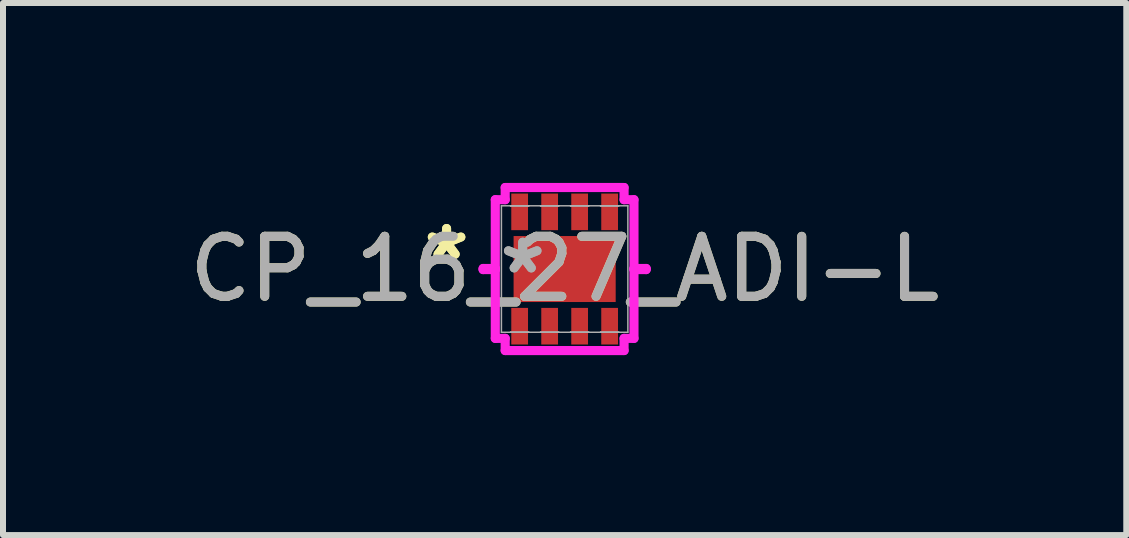
<source format=kicad_pcb>
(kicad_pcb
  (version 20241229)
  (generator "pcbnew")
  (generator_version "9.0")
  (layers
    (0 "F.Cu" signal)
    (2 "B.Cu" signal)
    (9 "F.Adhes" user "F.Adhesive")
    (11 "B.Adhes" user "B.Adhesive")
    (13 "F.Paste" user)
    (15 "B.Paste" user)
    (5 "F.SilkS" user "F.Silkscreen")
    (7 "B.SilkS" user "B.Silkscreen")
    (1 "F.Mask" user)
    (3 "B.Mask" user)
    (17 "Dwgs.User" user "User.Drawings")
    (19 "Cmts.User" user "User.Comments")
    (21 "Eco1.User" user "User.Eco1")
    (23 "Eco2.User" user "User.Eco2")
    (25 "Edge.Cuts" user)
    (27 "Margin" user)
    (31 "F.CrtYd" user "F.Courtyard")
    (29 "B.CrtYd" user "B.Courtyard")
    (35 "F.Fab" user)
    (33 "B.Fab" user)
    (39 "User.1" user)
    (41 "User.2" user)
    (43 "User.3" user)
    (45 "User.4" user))
  (footprint "CP_16_27_ADI-L"
    (layer "F.Cu")
    (at 6.363 1.435)
    (property "Reference" "CP_16_27_ADI-L" (at 0 0 0) (unlocked yes) (layer "F.SilkS") (effects (font (size 1 1) (thickness 0.15))))
    (attr smd)
    (fp_line (start -1.359 -0.009) (end -1.359 0.009) (stroke (width 0.152) (type solid)) (layer "F.CrtYd"))
    (fp_line (start -1.359 0.009) (end -1.156 0.009) (stroke (width 0.152) (type solid)) (layer "F.CrtYd"))
    (fp_line (start -1.156 -1.156) (end -0.991 -1.156) (stroke (width 0.152) (type solid)) (layer "F.CrtYd"))
    (fp_line (start -1.156 -0.009) (end -1.359 -0.009) (stroke (width 0.152) (type solid)) (layer "F.CrtYd"))
    (fp_line (start -1.156 0.009) (end -1.156 -1.156) (stroke (width 0.152) (type solid)) (layer "F.CrtYd"))
    (fp_line (start -1.156 1.156) (end -1.156 -0.009) (stroke (width 0.152) (type solid)) (layer "F.CrtYd"))
    (fp_line (start -0.991 -1.359) (end 0.991 -1.359) (stroke (width 0.152) (type solid)) (layer "F.CrtYd"))
    (fp_line (start -0.991 -1.156) (end -0.991 -1.359) (stroke (width 0.152) (type solid)) (layer "F.CrtYd"))
    (fp_line (start -0.991 1.156) (end -1.156 1.156) (stroke (width 0.152) (type solid)) (layer "F.CrtYd"))
    (fp_line (start -0.991 1.359) (end -0.991 1.156) (stroke (width 0.152) (type solid)) (layer "F.CrtYd"))
    (fp_line (start 0.991 -1.359) (end 0.991 -1.156) (stroke (width 0.152) (type solid)) (layer "F.CrtYd"))
    (fp_line (start 0.991 -1.156) (end 1.156 -1.156) (stroke (width 0.152) (type solid)) (layer "F.CrtYd"))
    (fp_line (start 0.991 1.156) (end 0.991 1.359) (stroke (width 0.152) (type solid)) (layer "F.CrtYd"))
    (fp_line (start 0.991 1.359) (end -0.991 1.359) (stroke (width 0.152) (type solid)) (layer "F.CrtYd"))
    (fp_line (start 1.156 -1.156) (end 1.156 0.009) (stroke (width 0.152) (type solid)) (layer "F.CrtYd"))
    (fp_line (start 1.156 -0.009) (end 1.156 1.156) (stroke (width 0.152) (type solid)) (layer "F.CrtYd"))
    (fp_line (start 1.156 0.009) (end 1.359 0.009) (stroke (width 0.152) (type solid)) (layer "F.CrtYd"))
    (fp_line (start 1.156 1.156) (end 0.991 1.156) (stroke (width 0.152) (type solid)) (layer "F.CrtYd"))
    (fp_line (start 1.359 -0.009) (end 1.156 -0.009) (stroke (width 0.152) (type solid)) (layer "F.CrtYd"))
    (fp_line (start 1.359 0.009) (end 1.359 -0.009) (stroke (width 0.152) (type solid)) (layer "F.CrtYd"))
    (fp_line (start -1.054 -1.054) (end -1.054 1.054) (stroke (width 0.025) (type solid)) (layer "F.Fab"))
    (fp_line (start -1.054 1.054) (end 1.054 1.054) (stroke (width 0.025) (type solid)) (layer "F.Fab"))
    (fp_line (start -0.902 -1.054) (end -0.902 -1.054) (stroke (width 0.025) (type solid)) (layer "F.Fab"))
    (fp_line (start -0.902 -1.054) (end -0.598 -1.054) (stroke (width 0.025) (type solid)) (layer "F.Fab"))
    (fp_line (start -0.902 1.054) (end -0.902 1.054) (stroke (width 0.025) (type solid)) (layer "F.Fab"))
    (fp_line (start -0.902 1.054) (end -0.598 1.054) (stroke (width 0.025) (type solid)) (layer "F.Fab"))
    (fp_line (start -0.598 -1.054) (end -0.902 -1.054) (stroke (width 0.025) (type solid)) (layer "F.Fab"))
    (fp_line (start -0.598 -1.054) (end -0.598 -1.054) (stroke (width 0.025) (type solid)) (layer "F.Fab"))
    (fp_line (start -0.598 1.054) (end -0.902 1.054) (stroke (width 0.025) (type solid)) (layer "F.Fab"))
    (fp_line (start -0.598 1.054) (end -0.598 1.054) (stroke (width 0.025) (type solid)) (layer "F.Fab"))
    (fp_line (start -0.402 -1.054) (end -0.402 -1.054) (stroke (width 0.025) (type solid)) (layer "F.Fab"))
    (fp_line (start -0.402 -1.054) (end -0.098 -1.054) (stroke (width 0.025) (type solid)) (layer "F.Fab"))
    (fp_line (start -0.402 1.054) (end -0.402 1.054) (stroke (width 0.025) (type solid)) (layer "F.Fab"))
    (fp_line (start -0.402 1.054) (end -0.098 1.054) (stroke (width 0.025) (type solid)) (layer "F.Fab"))
    (fp_line (start -0.098 -1.054) (end -0.402 -1.054) (stroke (width 0.025) (type solid)) (layer "F.Fab"))
    (fp_line (start -0.098 -1.054) (end -0.098 -1.054) (stroke (width 0.025) (type solid)) (layer "F.Fab"))
    (fp_line (start -0.098 1.054) (end -0.402 1.054) (stroke (width 0.025) (type solid)) (layer "F.Fab"))
    (fp_line (start -0.098 1.054) (end -0.098 1.054) (stroke (width 0.025) (type solid)) (layer "F.Fab"))
    (fp_line (start 0.098 -1.054) (end 0.098 -1.054) (stroke (width 0.025) (type solid)) (layer "F.Fab"))
    (fp_line (start 0.098 -1.054) (end 0.402 -1.054) (stroke (width 0.025) (type solid)) (layer "F.Fab"))
    (fp_line (start 0.098 1.054) (end 0.098 1.054) (stroke (width 0.025) (type solid)) (layer "F.Fab"))
    (fp_line (start 0.098 1.054) (end 0.402 1.054) (stroke (width 0.025) (type solid)) (layer "F.Fab"))
    (fp_line (start 0.402 -1.054) (end 0.098 -1.054) (stroke (width 0.025) (type solid)) (layer "F.Fab"))
    (fp_line (start 0.402 -1.054) (end 0.402 -1.054) (stroke (width 0.025) (type solid)) (layer "F.Fab"))
    (fp_line (start 0.402 1.054) (end 0.098 1.054) (stroke (width 0.025) (type solid)) (layer "F.Fab"))
    (fp_line (start 0.402 1.054) (end 0.402 1.054) (stroke (width 0.025) (type solid)) (layer "F.Fab"))
    (fp_line (start 0.598 -1.054) (end 0.598 -1.054) (stroke (width 0.025) (type solid)) (layer "F.Fab"))
    (fp_line (start 0.598 -1.054) (end 0.902 -1.054) (stroke (width 0.025) (type solid)) (layer "F.Fab"))
    (fp_line (start 0.598 1.054) (end 0.598 1.054) (stroke (width 0.025) (type solid)) (layer "F.Fab"))
    (fp_line (start 0.598 1.054) (end 0.902 1.054) (stroke (width 0.025) (type solid)) (layer "F.Fab"))
    (fp_line (start 0.902 -1.054) (end 0.598 -1.054) (stroke (width 0.025) (type solid)) (layer "F.Fab"))
    (fp_line (start 0.902 -1.054) (end 0.902 -1.054) (stroke (width 0.025) (type solid)) (layer "F.Fab"))
    (fp_line (start 0.902 1.054) (end 0.598 1.054) (stroke (width 0.025) (type solid)) (layer "F.Fab"))
    (fp_line (start 0.902 1.054) (end 0.902 1.054) (stroke (width 0.025) (type solid)) (layer "F.Fab"))
    (fp_line (start 1.054 -1.054) (end -1.054 -1.054) (stroke (width 0.025) (type solid)) (layer "F.Fab"))
    (fp_line (start 1.054 1.054) (end 1.054 -1.054) (stroke (width 0.025) (type solid)) (layer "F.Fab"))
    (fp_text user "*" (at -1.968 -0.131 0) (layer "F.SilkS") (effects (font (size 1 1) (thickness 0.15))))
    (fp_text user "*" (at -1.968 -0.131 0) (unlocked yes) (layer "F.SilkS") (effects (font (size 1 1) (thickness 0.15))))
    (fp_text user "${REFERENCE}" (at 0 0 0) (unlocked yes) (layer "F.Fab") (effects (font (size 1 1) (thickness 0.15))))
    (fp_text user "*" (at -0.699 0.098 0) (layer "F.Fab") (effects (font (size 1 1) (thickness 0.15))))
    (fp_text user "*" (at -0.699 0.098 0) (unlocked yes) (layer "F.Fab") (effects (font (size 1 1) (thickness 0.15))))
    (pad "1" smd rect (at 0.75 -0.953) (size 0.279 0.61) (layers "F.Cu" "F.Mask" "F.Paste"))
    (pad "2" smd rect (at 0.25 -0.953) (size 0.279 0.61) (layers "F.Cu" "F.Mask" "F.Paste"))
    (pad "3" smd rect (at -0.25 -0.953) (size 0.279 0.61) (layers "F.Cu" "F.Mask" "F.Paste"))
    (pad "4" smd rect (at -0.75 -0.953) (size 0.279 0.61) (layers "F.Cu" "F.Mask" "F.Paste"))
    (pad "5" smd rect (at -0.75 0.953) (size 0.279 0.61) (layers "F.Cu" "F.Mask" "F.Paste"))
    (pad "6" smd rect (at -0.25 0.953) (size 0.279 0.61) (layers "F.Cu" "F.Mask" "F.Paste"))
    (pad "7" smd rect (at 0.25 0.953) (size 0.279 0.61) (layers "F.Cu" "F.Mask" "F.Paste"))
    (pad "8" smd rect (at 0.75 0.953) (size 0.279 0.61) (layers "F.Cu" "F.Mask" "F.Paste"))
    (pad "HTAB" smd rect (at 0 0) (size 1.702 1.1) (layers "F.Cu" "F.Mask" "F.Paste")))
  (gr_rect
    (start -3 -3)
    (end 15.726 5.87)
    (stroke (width 0.1) (type default))
    (fill no)
    (layer "Edge.Cuts")))
</source>
